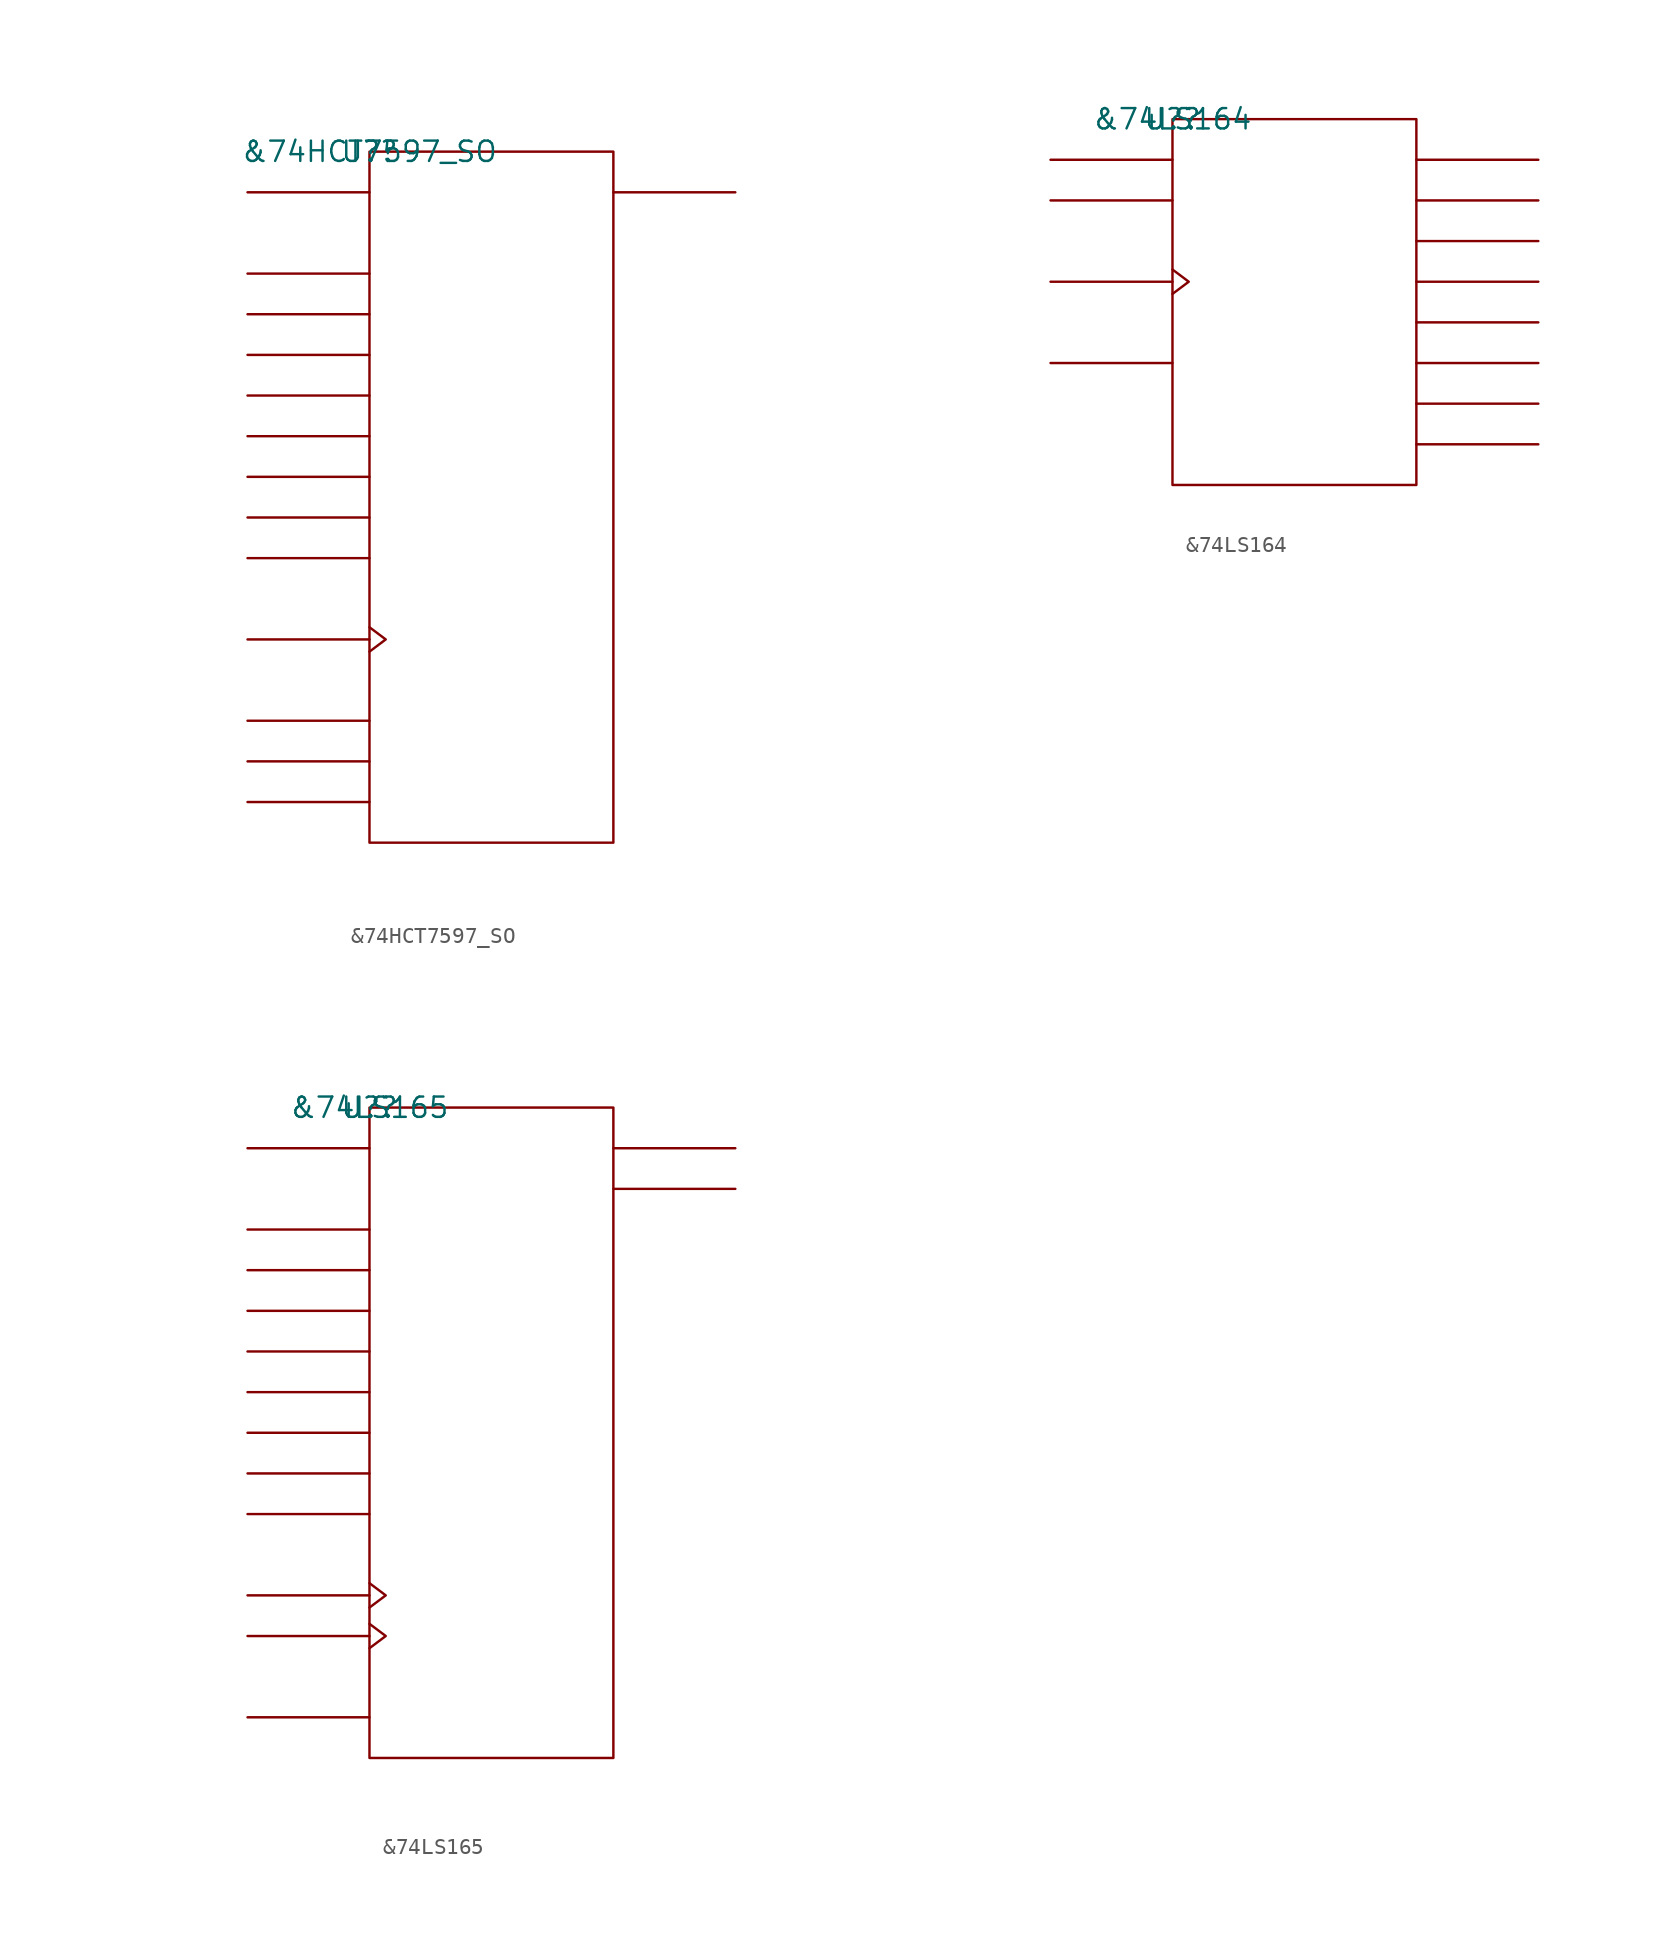
<source format=kicad_sym>
(kicad_symbol_lib
  (version 20211014)
  (generator kicad_symbol_editor)
  (symbol "&74HCT7597_SO"
    (pin_names
      (offset 0.762))
    (property "Reference" "U?"
      (at 0 0 0)
      (effects (font (size 1.27 1.27))))
    (property "Value" "&74HCT7597_SO"
      (at 0 0 0)
      (effects (font (size 1.27 1.27))))
    (symbol "&74HCT7597_SO_0_1"
      (rectangle (start 0 -43.18) (end 15.24 0) (stroke (width 0) (type default) (color 0 0 0 0)) (fill (type none)))
      (polyline (pts (xy 0 -40.64) (xy -7.62 -40.64)) (stroke (width 0) (type default) (color 0 0 0 0)) (fill (type none)))
      (polyline (pts (xy 0 -38.1) (xy -7.62 -38.1)) (stroke (width 0) (type default) (color 0 0 0 0)) (fill (type none)))
      (polyline (pts (xy 0 -35.56) (xy -7.62 -35.56)) (stroke (width 0) (type default) (color 0 0 0 0)) (fill (type none)))
      (polyline (pts (xy 0 -30.48) (xy -7.62 -30.48)) (stroke (width 0) (type default) (color 0 0 0 0)) (fill (type none)))
      (polyline (pts (xy 0 -25.4) (xy -7.62 -25.4)) (stroke (width 0) (type default) (color 0 0 0 0)) (fill (type none)))
      (polyline (pts (xy 0 -22.86) (xy -7.62 -22.86)) (stroke (width 0) (type default) (color 0 0 0 0)) (fill (type none)))
      (polyline (pts (xy 0 -20.32) (xy -7.62 -20.32)) (stroke (width 0) (type default) (color 0 0 0 0)) (fill (type none)))
      (polyline (pts (xy 0 -17.78) (xy -7.62 -17.78)) (stroke (width 0) (type default) (color 0 0 0 0)) (fill (type none)))
      (polyline (pts (xy 0 -15.24) (xy -7.62 -15.24)) (stroke (width 0) (type default) (color 0 0 0 0)) (fill (type none)))
      (polyline (pts (xy 0 -12.7) (xy -7.62 -12.7)) (stroke (width 0) (type default) (color 0 0 0 0)) (fill (type none)))
      (polyline (pts (xy 0 -10.16) (xy -7.62 -10.16)) (stroke (width 0) (type default) (color 0 0 0 0)) (fill (type none)))
      (polyline (pts (xy 0 -7.62) (xy -7.62 -7.62)) (stroke (width 0) (type default) (color 0 0 0 0)) (fill (type none)))
      (polyline (pts (xy 0 -2.54) (xy -7.62 -2.54)) (stroke (width 0) (type default) (color 0 0 0 0)) (fill (type none)))
      (polyline (pts (xy 15.24 -2.54) (xy 22.86 -2.54)) (stroke (width 0) (type default) (color 0 0 0 0)) (fill (type none)))
      (polyline (pts (xy 0 -29.718) (xy 1.016 -30.48) (xy 0 -31.242)) (stroke (width 0) (type default) (color 0 0 0 0)) (fill (type none))))
    (symbol "&74HCT7597_SO_1_1"
      (pin unspecified line (at -7.62 -10.16 0) (length 7.62) hide (name "D1" (effects (font (size 1.245 1.245)))) (number "1" (effects (font (size 1.245 1.245)))))
      (pin unspecified line (at -7.62 -38.1 0) (length 7.62) hide (name "M\\R\\" (effects (font (size 1.245 1.245)))) (number "10" (effects (font (size 1.245 1.245)))))
      (pin unspecified line (at -7.62 -30.48 180) (length 7.62) hide (name "SHCP" (effects (font (size 1.245 1.245)))) (number "11" (effects (font (size 1.245 1.245)))))
      (pin unspecified line (at -7.62 -35.56 0) (length 7.62) hide (name "L\\E\\" (effects (font (size 1.245 1.245)))) (number "12" (effects (font (size 1.245 1.245)))))
      (pin unspecified line (at -7.62 -40.64 0) (length 7.62) hide (name "P\\L\\" (effects (font (size 1.245 1.245)))) (number "13" (effects (font (size 1.245 1.245)))))
      (pin unspecified line (at -7.62 -2.54 0) (length 7.62) hide (name "SDI" (effects (font (size 1.245 1.245)))) (number "14" (effects (font (size 1.245 1.245)))))
      (pin unspecified line (at -7.62 -7.62 0) (length 7.62) hide (name "D0" (effects (font (size 1.245 1.245)))) (number "15" (effects (font (size 1.245 1.245)))))
      (pin power_in line (at 7.62 0 0) (length 7.62) hide (name "VCC" (effects (font (size 1.245 1.245)))) (number "16" (effects (font (size 1.245 1.245)))))
      (pin unspecified line (at -7.62 -12.7 0) (length 7.62) hide (name "D2" (effects (font (size 1.245 1.245)))) (number "2" (effects (font (size 1.245 1.245)))))
      (pin unspecified line (at -7.62 -15.24 0) (length 7.62) hide (name "D3" (effects (font (size 1.245 1.245)))) (number "3" (effects (font (size 1.245 1.245)))))
      (pin unspecified line (at -7.62 -17.78 0) (length 7.62) hide (name "D4" (effects (font (size 1.245 1.245)))) (number "4" (effects (font (size 1.245 1.245)))))
      (pin unspecified line (at -7.62 -20.32 0) (length 7.62) hide (name "D5" (effects (font (size 1.245 1.245)))) (number "5" (effects (font (size 1.245 1.245)))))
      (pin unspecified line (at -7.62 -22.86 0) (length 7.62) hide (name "D6" (effects (font (size 1.245 1.245)))) (number "6" (effects (font (size 1.245 1.245)))))
      (pin unspecified line (at -7.62 -25.4 0) (length 7.62) hide (name "D7" (effects (font (size 1.245 1.245)))) (number "7" (effects (font (size 1.245 1.245)))))
      (pin power_in line (at 10.16 -43.18 180) (length 7.62) hide (name "GND" (effects (font (size 1.245 1.245)))) (number "8" (effects (font (size 1.245 1.245)))))
      (pin unspecified line (at 22.86 -2.54 180) (length 7.62) hide (name "SDO" (effects (font (size 1.245 1.245)))) (number "9" (effects (font (size 1.245 1.245)))))))
  (symbol "&74LS164"
    (pin_names
      (offset 0.762))
    (property "Reference" "U?"
      (at 0 0 0)
      (effects (font (size 1.27 1.27))))
    (property "Value" "&74LS164"
      (at 0 0 0)
      (effects (font (size 1.27 1.27))))
    (symbol "&74LS164_0_1"
      (rectangle (start 0 -22.86) (end 15.24 0) (stroke (width 0) (type default) (color 0 0 0 0)) (fill (type none)))
      (polyline (pts (xy 0 -15.24) (xy -7.62 -15.24)) (stroke (width 0) (type default) (color 0 0 0 0)) (fill (type none)))
      (polyline (pts (xy 0 -10.16) (xy -7.62 -10.16)) (stroke (width 0) (type default) (color 0 0 0 0)) (fill (type none)))
      (polyline (pts (xy 0 -5.08) (xy -7.62 -5.08)) (stroke (width 0) (type default) (color 0 0 0 0)) (fill (type none)))
      (polyline (pts (xy 0 -2.54) (xy -7.62 -2.54)) (stroke (width 0) (type default) (color 0 0 0 0)) (fill (type none)))
      (polyline (pts (xy 15.24 -20.32) (xy 22.86 -20.32)) (stroke (width 0) (type default) (color 0 0 0 0)) (fill (type none)))
      (polyline (pts (xy 15.24 -17.78) (xy 22.86 -17.78)) (stroke (width 0) (type default) (color 0 0 0 0)) (fill (type none)))
      (polyline (pts (xy 15.24 -15.24) (xy 22.86 -15.24)) (stroke (width 0) (type default) (color 0 0 0 0)) (fill (type none)))
      (polyline (pts (xy 15.24 -12.7) (xy 22.86 -12.7)) (stroke (width 0) (type default) (color 0 0 0 0)) (fill (type none)))
      (polyline (pts (xy 15.24 -10.16) (xy 22.86 -10.16)) (stroke (width 0) (type default) (color 0 0 0 0)) (fill (type none)))
      (polyline (pts (xy 15.24 -7.62) (xy 22.86 -7.62)) (stroke (width 0) (type default) (color 0 0 0 0)) (fill (type none)))
      (polyline (pts (xy 15.24 -5.08) (xy 22.86 -5.08)) (stroke (width 0) (type default) (color 0 0 0 0)) (fill (type none)))
      (polyline (pts (xy 15.24 -2.54) (xy 22.86 -2.54)) (stroke (width 0) (type default) (color 0 0 0 0)) (fill (type none)))
      (polyline (pts (xy 0 -9.398) (xy 1.016 -10.16) (xy 0 -10.922)) (stroke (width 0) (type default) (color 0 0 0 0)) (fill (type none))))
    (symbol "&74LS164_1_1"
      (pin unspecified line (at -7.62 -2.54 0) (length 7.62) hide (name "A" (effects (font (size 1.245 1.245)))) (number "1" (effects (font (size 1.245 1.245)))))
      (pin unspecified line (at 22.86 -12.7 180) (length 7.62) hide (name "Q4" (effects (font (size 1.245 1.245)))) (number "10" (effects (font (size 1.245 1.245)))))
      (pin unspecified line (at 22.86 -15.24 180) (length 7.62) hide (name "Q5" (effects (font (size 1.245 1.245)))) (number "11" (effects (font (size 1.245 1.245)))))
      (pin unspecified line (at 22.86 -17.78 180) (length 7.62) hide (name "Q6" (effects (font (size 1.245 1.245)))) (number "12" (effects (font (size 1.245 1.245)))))
      (pin unspecified line (at 22.86 -20.32 180) (length 7.62) hide (name "Q7" (effects (font (size 1.245 1.245)))) (number "13" (effects (font (size 1.245 1.245)))))
      (pin power_in line (at 7.62 0 180) (length 7.62) hide (name "VCC" (effects (font (size 1.245 1.245)))) (number "14" (effects (font (size 1.245 1.245)))))
      (pin unspecified line (at -7.62 -5.08 0) (length 7.62) hide (name "B" (effects (font (size 1.245 1.245)))) (number "2" (effects (font (size 1.245 1.245)))))
      (pin unspecified line (at 22.86 -2.54 180) (length 7.62) hide (name "Q0" (effects (font (size 1.245 1.245)))) (number "3" (effects (font (size 1.245 1.245)))))
      (pin unspecified line (at 22.86 -5.08 180) (length 7.62) hide (name "Q1" (effects (font (size 1.245 1.245)))) (number "4" (effects (font (size 1.245 1.245)))))
      (pin unspecified line (at 22.86 -7.62 180) (length 7.62) hide (name "Q2" (effects (font (size 1.245 1.245)))) (number "5" (effects (font (size 1.245 1.245)))))
      (pin unspecified line (at 22.86 -10.16 180) (length 7.62) hide (name "Q3" (effects (font (size 1.245 1.245)))) (number "6" (effects (font (size 1.245 1.245)))))
      (pin power_in line (at 7.62 -22.86 180) (length 7.62) hide (name "GND" (effects (font (size 1.245 1.245)))) (number "7" (effects (font (size 1.245 1.245)))))
      (pin unspecified line (at -7.62 -10.16 180) (length 7.62) hide (name "CLK" (effects (font (size 1.245 1.245)))) (number "8" (effects (font (size 1.245 1.245)))))
      (pin unspecified line (at -7.62 -15.24 0) (length 7.62) hide (name "C\\L\\R\\" (effects (font (size 1.245 1.245)))) (number "9" (effects (font (size 1.245 1.245)))))))
  (symbol "&74LS165"
    (pin_names
      (offset 0.762))
    (property "Reference" "U?"
      (at 0 0 0)
      (effects (font (size 1.27 1.27))))
    (property "Value" "&74LS165"
      (at 0 0 0)
      (effects (font (size 1.27 1.27))))
    (symbol "&74LS165_0_1"
      (rectangle (start 0 -40.64) (end 15.24 0) (stroke (width 0) (type default) (color 0 0 0 0)) (fill (type none)))
      (polyline (pts (xy 0 -38.1) (xy -7.62 -38.1)) (stroke (width 0) (type default) (color 0 0 0 0)) (fill (type none)))
      (polyline (pts (xy 0 -33.02) (xy -7.62 -33.02)) (stroke (width 0) (type default) (color 0 0 0 0)) (fill (type none)))
      (polyline (pts (xy 0 -30.48) (xy -7.62 -30.48)) (stroke (width 0) (type default) (color 0 0 0 0)) (fill (type none)))
      (polyline (pts (xy 0 -25.4) (xy -7.62 -25.4)) (stroke (width 0) (type default) (color 0 0 0 0)) (fill (type none)))
      (polyline (pts (xy 0 -22.86) (xy -7.62 -22.86)) (stroke (width 0) (type default) (color 0 0 0 0)) (fill (type none)))
      (polyline (pts (xy 0 -20.32) (xy -7.62 -20.32)) (stroke (width 0) (type default) (color 0 0 0 0)) (fill (type none)))
      (polyline (pts (xy 0 -17.78) (xy -7.62 -17.78)) (stroke (width 0) (type default) (color 0 0 0 0)) (fill (type none)))
      (polyline (pts (xy 0 -15.24) (xy -7.62 -15.24)) (stroke (width 0) (type default) (color 0 0 0 0)) (fill (type none)))
      (polyline (pts (xy 0 -12.7) (xy -7.62 -12.7)) (stroke (width 0) (type default) (color 0 0 0 0)) (fill (type none)))
      (polyline (pts (xy 0 -10.16) (xy -7.62 -10.16)) (stroke (width 0) (type default) (color 0 0 0 0)) (fill (type none)))
      (polyline (pts (xy 0 -7.62) (xy -7.62 -7.62)) (stroke (width 0) (type default) (color 0 0 0 0)) (fill (type none)))
      (polyline (pts (xy 0 -2.54) (xy -7.62 -2.54)) (stroke (width 0) (type default) (color 0 0 0 0)) (fill (type none)))
      (polyline (pts (xy 15.24 -5.08) (xy 22.86 -5.08)) (stroke (width 0) (type default) (color 0 0 0 0)) (fill (type none)))
      (polyline (pts (xy 15.24 -2.54) (xy 22.86 -2.54)) (stroke (width 0) (type default) (color 0 0 0 0)) (fill (type none)))
      (polyline (pts (xy 0 -32.258) (xy 1.016 -33.02) (xy 0 -33.782)) (stroke (width 0) (type default) (color 0 0 0 0)) (fill (type none)))
      (polyline (pts (xy 0 -29.718) (xy 1.016 -30.48) (xy 0 -31.242)) (stroke (width 0) (type default) (color 0 0 0 0)) (fill (type none))))
    (symbol "&74LS165_1_1"
      (pin unspecified line (at -7.62 -38.1 0) (length 7.62) hide (name "P\\L\\" (effects (font (size 1.245 1.245)))) (number "1" (effects (font (size 1.245 1.245)))))
      (pin unspecified line (at -7.62 -2.54 0) (length 7.62) hide (name "DS" (effects (font (size 1.245 1.245)))) (number "10" (effects (font (size 1.245 1.245)))))
      (pin unspecified line (at -7.62 -7.62 0) (length 7.62) hide (name "P0" (effects (font (size 1.245 1.245)))) (number "11" (effects (font (size 1.245 1.245)))))
      (pin unspecified line (at -7.62 -10.16 0) (length 7.62) hide (name "P1" (effects (font (size 1.245 1.245)))) (number "12" (effects (font (size 1.245 1.245)))))
      (pin unspecified line (at -7.62 -12.7 0) (length 7.62) hide (name "P2" (effects (font (size 1.245 1.245)))) (number "13" (effects (font (size 1.245 1.245)))))
      (pin unspecified line (at -7.62 -15.24 0) (length 7.62) hide (name "P3" (effects (font (size 1.245 1.245)))) (number "14" (effects (font (size 1.245 1.245)))))
      (pin unspecified line (at -7.62 -33.02 180) (length 7.62) hide (name "CP2" (effects (font (size 1.245 1.245)))) (number "15" (effects (font (size 1.245 1.245)))))
      (pin power_in line (at 7.62 0 180) (length 7.62) hide (name "VCC" (effects (font (size 1.245 1.245)))) (number "16" (effects (font (size 1.245 1.245)))))
      (pin unspecified line (at -7.62 -30.48 180) (length 7.62) hide (name "CP1" (effects (font (size 1.245 1.245)))) (number "2" (effects (font (size 1.245 1.245)))))
      (pin unspecified line (at -7.62 -17.78 0) (length 7.62) hide (name "P4" (effects (font (size 1.245 1.245)))) (number "3" (effects (font (size 1.245 1.245)))))
      (pin unspecified line (at -7.62 -20.32 0) (length 7.62) hide (name "P5" (effects (font (size 1.245 1.245)))) (number "4" (effects (font (size 1.245 1.245)))))
      (pin unspecified line (at -7.62 -22.86 0) (length 7.62) hide (name "P6" (effects (font (size 1.245 1.245)))) (number "5" (effects (font (size 1.245 1.245)))))
      (pin unspecified line (at -7.62 -25.4 0) (length 7.62) hide (name "P7" (effects (font (size 1.245 1.245)))) (number "6" (effects (font (size 1.245 1.245)))))
      (pin unspecified line (at 22.86 -5.08 180) (length 7.62) hide (name "Q\\H\\" (effects (font (size 1.245 1.245)))) (number "7" (effects (font (size 1.245 1.245)))))
      (pin power_in line (at 10.16 -40.64 180) (length 7.62) hide (name "GND" (effects (font (size 1.245 1.245)))) (number "8" (effects (font (size 1.245 1.245)))))
      (pin unspecified line (at 22.86 -2.54 180) (length 7.62) hide (name "QH" (effects (font (size 1.245 1.245)))) (number "9" (effects (font (size 1.245 1.245))))))))
</source>
